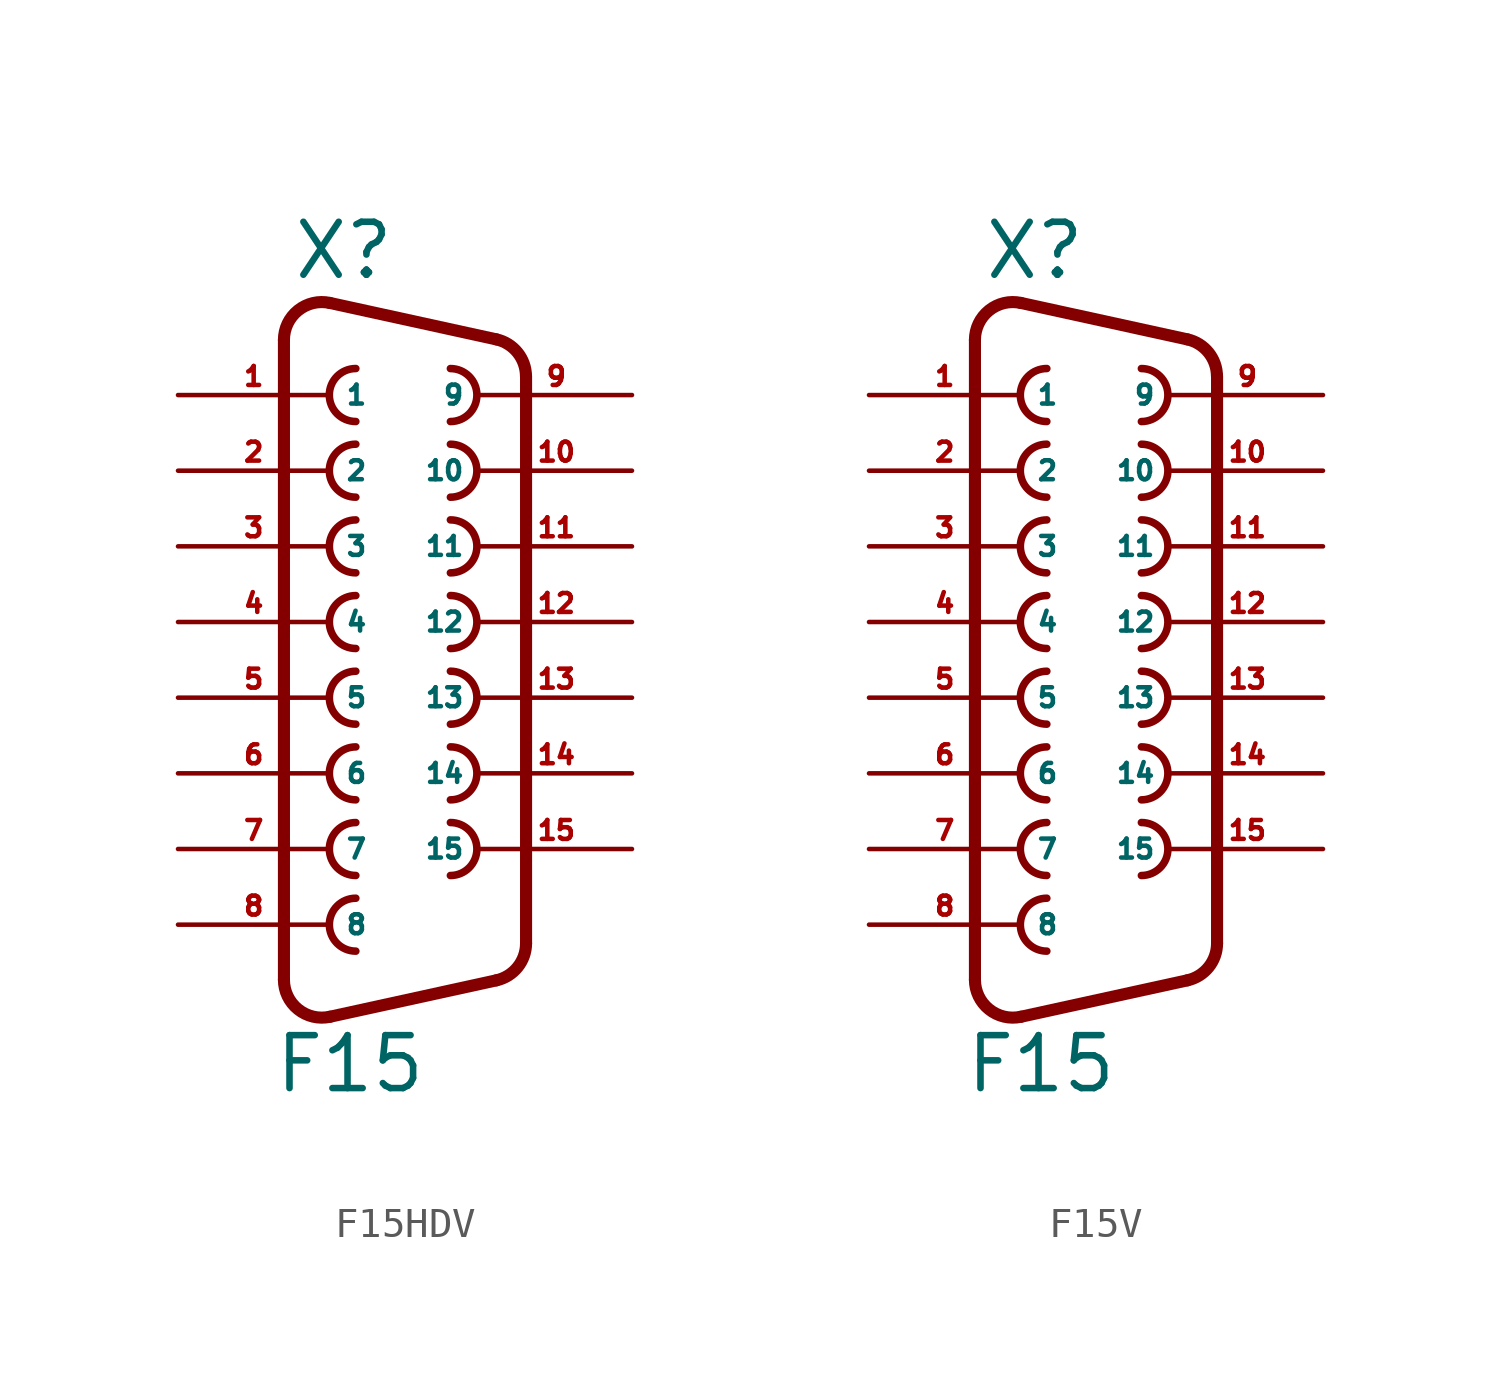
<source format=kicad_sym>
(kicad_symbol_lib
  (version 20220914)
  (generator Eagle2Kicad)
  (symbol "F15HDV"
    (property "Reference" "X"
      (at -3.81 11.43 0)
      (effects (font (size 1.778 1.778) (thickness 0.22)) (justify left bottom)))
    (property "Value" "F15"
      (at -4.445 -15.875 0)
      (effects (font (size 1.778 1.778) (thickness 0.22)) (justify left bottom)))
    (arc
      (start -1.651 8.509)
      (mid -2.540 7.620)
      (end -1.651 6.731)
      (stroke (width 0.254) (type default))
      (fill (type none)))
    (arc
      (start 1.524 6.731)
      (mid 2.413 7.620)
      (end 1.524 8.509)
      (stroke (width 0.254) (type default))
      (fill (type none)))
    (arc
      (start -1.651 5.969)
      (mid -2.540 5.080)
      (end -1.651 4.191)
      (stroke (width 0.254) (type default))
      (fill (type none)))
    (arc
      (start 1.524 4.191)
      (mid 2.413 5.080)
      (end 1.524 5.969)
      (stroke (width 0.254) (type default))
      (fill (type none)))
    (arc
      (start -1.651 3.429)
      (mid -2.540 2.540)
      (end -1.651 1.651)
      (stroke (width 0.254) (type default))
      (fill (type none)))
    (arc
      (start 1.524 1.651)
      (mid 2.413 2.540)
      (end 1.524 3.429)
      (stroke (width 0.254) (type default))
      (fill (type none)))
    (arc
      (start -1.651 0.889)
      (mid -2.540 0.000)
      (end -1.651 -0.889)
      (stroke (width 0.254) (type default))
      (fill (type none)))
    (arc
      (start 1.524 -0.889)
      (mid 2.413 0.000)
      (end 1.524 0.889)
      (stroke (width 0.254) (type default))
      (fill (type none)))
    (arc
      (start -1.651 -1.651)
      (mid -2.540 -2.540)
      (end -1.651 -3.429)
      (stroke (width 0.254) (type default))
      (fill (type none)))
    (arc
      (start 1.524 -3.429)
      (mid 2.413 -2.540)
      (end 1.524 -1.651)
      (stroke (width 0.254) (type default))
      (fill (type none)))
    (arc
      (start -1.651 -4.191)
      (mid -2.540 -5.080)
      (end -1.651 -5.969)
      (stroke (width 0.254) (type default))
      (fill (type none)))
    (arc
      (start 1.524 -5.969)
      (mid 2.413 -5.080)
      (end 1.524 -4.191)
      (stroke (width 0.254) (type default))
      (fill (type none)))
    (arc
      (start -1.651 -6.731)
      (mid -2.540 -7.620)
      (end -1.651 -8.509)
      (stroke (width 0.254) (type default))
      (fill (type none)))
    (arc
      (start 1.524 -8.509)
      (mid 2.413 -7.620)
      (end 1.524 -6.731)
      (stroke (width 0.254) (type default))
      (fill (type none)))
    (arc
      (start -1.651 -9.271)
      (mid -2.540 -10.160)
      (end -1.651 -11.049)
      (stroke (width 0.254) (type default))
      (fill (type none)))
    (arc
      (start -2.5226 10.712)
      (mid -3.590 10.461)
      (end -4.064 9.4712)
      (stroke (width 0.4064) (type default))
      (fill (type none)))
    (polyline
      (pts (xy -2.523 10.712) (xy 3.065 9.489))
      (stroke (width 0.406) (type default))
      (fill (type none)))
    (arc
      (start 4.0642 8.2488)
      (mid 3.783 9.045)
      (end 3.0654 9.4895)
      (stroke (width 0.4064) (type default))
      (fill (type none)))
    (polyline
      (pts (xy 4.064 -10.789) (xy 4.064 8.249))
      (stroke (width 0.406) (type default))
      (fill (type none)))
    (arc
      (start 3.0654 -12.0294)
      (mid 3.783 -11.585)
      (end 4.064 -10.7888)
      (stroke (width 0.4064) (type default))
      (fill (type none)))
    (polyline
      (pts (xy -4.064 -12.011) (xy -4.064 9.471))
      (stroke (width 0.406) (type default))
      (fill (type none)))
    (polyline
      (pts (xy -2.523 -13.252) (xy 3.065 -12.029))
      (stroke (width 0.406) (type default))
      (fill (type none)))
    (arc
      (start -4.064 -12.0112)
      (mid -3.590 -13.001)
      (end -2.5226 -13.2519)
      (stroke (width 0.4064) (type default))
      (fill (type none)))
    (pin passive line
      (at -7.62 7.62 0)
      (length 5.08)
      (name "1" (effects (font (size 0.635 0.635) (thickness 0.08)) (justify left bottom)))
      (number "1" (effects (font (size 0.635 0.635) (thickness 0.08)) (justify left bottom))))
    (pin passive line
      (at -7.62 5.08 0)
      (length 5.08)
      (name "2" (effects (font (size 0.635 0.635) (thickness 0.08)) (justify left bottom)))
      (number "2" (effects (font (size 0.635 0.635) (thickness 0.08)) (justify left bottom))))
    (pin passive line
      (at -7.62 2.54 0)
      (length 5.08)
      (name "3" (effects (font (size 0.635 0.635) (thickness 0.08)) (justify left bottom)))
      (number "3" (effects (font (size 0.635 0.635) (thickness 0.08)) (justify left bottom))))
    (pin passive line
      (at -7.62 0 0)
      (length 5.08)
      (name "4" (effects (font (size 0.635 0.635) (thickness 0.08)) (justify left bottom)))
      (number "4" (effects (font (size 0.635 0.635) (thickness 0.08)) (justify left bottom))))
    (pin passive line
      (at -7.62 -2.54 0)
      (length 5.08)
      (name "5" (effects (font (size 0.635 0.635) (thickness 0.08)) (justify left bottom)))
      (number "5" (effects (font (size 0.635 0.635) (thickness 0.08)) (justify left bottom))))
    (pin passive line
      (at -7.62 -5.08 0)
      (length 5.08)
      (name "6" (effects (font (size 0.635 0.635) (thickness 0.08)) (justify left bottom)))
      (number "6" (effects (font (size 0.635 0.635) (thickness 0.08)) (justify left bottom))))
    (pin passive line
      (at -7.62 -7.62 0)
      (length 5.08)
      (name "7" (effects (font (size 0.635 0.635) (thickness 0.08)) (justify left bottom)))
      (number "7" (effects (font (size 0.635 0.635) (thickness 0.08)) (justify left bottom))))
    (pin passive line
      (at -7.62 -10.16 0)
      (length 5.08)
      (name "8" (effects (font (size 0.635 0.635) (thickness 0.08)) (justify left bottom)))
      (number "8" (effects (font (size 0.635 0.635) (thickness 0.08)) (justify left bottom))))
    (pin passive line
      (at 7.62 7.62 180)
      (length 5.08)
      (name "9" (effects (font (size 0.635 0.635) (thickness 0.08)) (justify left bottom)))
      (number "9" (effects (font (size 0.635 0.635) (thickness 0.08)) (justify left bottom))))
    (pin passive line
      (at 7.62 5.08 180)
      (length 5.08)
      (name "10" (effects (font (size 0.635 0.635) (thickness 0.08)) (justify left bottom)))
      (number "10" (effects (font (size 0.635 0.635) (thickness 0.08)) (justify left bottom))))
    (pin passive line
      (at 7.62 2.54 180)
      (length 5.08)
      (name "11" (effects (font (size 0.635 0.635) (thickness 0.08)) (justify left bottom)))
      (number "11" (effects (font (size 0.635 0.635) (thickness 0.08)) (justify left bottom))))
    (pin passive line
      (at 7.62 0 180)
      (length 5.08)
      (name "12" (effects (font (size 0.635 0.635) (thickness 0.08)) (justify left bottom)))
      (number "12" (effects (font (size 0.635 0.635) (thickness 0.08)) (justify left bottom))))
    (pin passive line
      (at 7.62 -2.54 180)
      (length 5.08)
      (name "13" (effects (font (size 0.635 0.635) (thickness 0.08)) (justify left bottom)))
      (number "13" (effects (font (size 0.635 0.635) (thickness 0.08)) (justify left bottom))))
    (pin passive line
      (at 7.62 -5.08 180)
      (length 5.08)
      (name "14" (effects (font (size 0.635 0.635) (thickness 0.08)) (justify left bottom)))
      (number "14" (effects (font (size 0.635 0.635) (thickness 0.08)) (justify left bottom))))
    (pin passive line
      (at 7.62 -7.62 180)
      (length 5.08)
      (name "15" (effects (font (size 0.635 0.635) (thickness 0.08)) (justify left bottom)))
      (number "15" (effects (font (size 0.635 0.635) (thickness 0.08)) (justify left bottom)))))
  (symbol "F15V"
    (property "Reference" "X"
      (at -3.81 11.43 0)
      (effects (font (size 1.778 1.778) (thickness 0.22)) (justify left bottom)))
    (property "Value" "F15"
      (at -4.445 -15.875 0)
      (effects (font (size 1.778 1.778) (thickness 0.22)) (justify left bottom)))
    (arc
      (start -1.651 8.509)
      (mid -2.540 7.620)
      (end -1.651 6.731)
      (stroke (width 0.254) (type default))
      (fill (type none)))
    (arc
      (start 1.524 6.731)
      (mid 2.413 7.620)
      (end 1.524 8.509)
      (stroke (width 0.254) (type default))
      (fill (type none)))
    (arc
      (start -1.651 5.969)
      (mid -2.540 5.080)
      (end -1.651 4.191)
      (stroke (width 0.254) (type default))
      (fill (type none)))
    (arc
      (start 1.524 4.191)
      (mid 2.413 5.080)
      (end 1.524 5.969)
      (stroke (width 0.254) (type default))
      (fill (type none)))
    (arc
      (start -1.651 3.429)
      (mid -2.540 2.540)
      (end -1.651 1.651)
      (stroke (width 0.254) (type default))
      (fill (type none)))
    (arc
      (start 1.524 1.651)
      (mid 2.413 2.540)
      (end 1.524 3.429)
      (stroke (width 0.254) (type default))
      (fill (type none)))
    (arc
      (start -1.651 0.889)
      (mid -2.540 0.000)
      (end -1.651 -0.889)
      (stroke (width 0.254) (type default))
      (fill (type none)))
    (arc
      (start 1.524 -0.889)
      (mid 2.413 0.000)
      (end 1.524 0.889)
      (stroke (width 0.254) (type default))
      (fill (type none)))
    (arc
      (start -1.651 -1.651)
      (mid -2.540 -2.540)
      (end -1.651 -3.429)
      (stroke (width 0.254) (type default))
      (fill (type none)))
    (arc
      (start 1.524 -3.429)
      (mid 2.413 -2.540)
      (end 1.524 -1.651)
      (stroke (width 0.254) (type default))
      (fill (type none)))
    (arc
      (start -1.651 -4.191)
      (mid -2.540 -5.080)
      (end -1.651 -5.969)
      (stroke (width 0.254) (type default))
      (fill (type none)))
    (arc
      (start 1.524 -5.969)
      (mid 2.413 -5.080)
      (end 1.524 -4.191)
      (stroke (width 0.254) (type default))
      (fill (type none)))
    (arc
      (start -1.651 -6.731)
      (mid -2.540 -7.620)
      (end -1.651 -8.509)
      (stroke (width 0.254) (type default))
      (fill (type none)))
    (arc
      (start 1.524 -8.509)
      (mid 2.413 -7.620)
      (end 1.524 -6.731)
      (stroke (width 0.254) (type default))
      (fill (type none)))
    (arc
      (start -1.651 -9.271)
      (mid -2.540 -10.160)
      (end -1.651 -11.049)
      (stroke (width 0.254) (type default))
      (fill (type none)))
    (arc
      (start -2.5226 10.712)
      (mid -3.590 10.461)
      (end -4.064 9.4712)
      (stroke (width 0.4064) (type default))
      (fill (type none)))
    (polyline
      (pts (xy -2.523 10.712) (xy 3.065 9.489))
      (stroke (width 0.406) (type default))
      (fill (type none)))
    (arc
      (start 4.0642 8.2488)
      (mid 3.783 9.045)
      (end 3.0654 9.4895)
      (stroke (width 0.4064) (type default))
      (fill (type none)))
    (polyline
      (pts (xy 4.064 -10.789) (xy 4.064 8.249))
      (stroke (width 0.406) (type default))
      (fill (type none)))
    (arc
      (start 3.0654 -12.0294)
      (mid 3.783 -11.585)
      (end 4.064 -10.7888)
      (stroke (width 0.4064) (type default))
      (fill (type none)))
    (polyline
      (pts (xy -4.064 -12.011) (xy -4.064 9.471))
      (stroke (width 0.406) (type default))
      (fill (type none)))
    (polyline
      (pts (xy -2.523 -13.252) (xy 3.065 -12.029))
      (stroke (width 0.406) (type default))
      (fill (type none)))
    (arc
      (start -4.064 -12.0112)
      (mid -3.590 -13.001)
      (end -2.5226 -13.2519)
      (stroke (width 0.4064) (type default))
      (fill (type none)))
    (pin passive line
      (at -7.62 7.62 0)
      (length 5.08)
      (name "1" (effects (font (size 0.635 0.635) (thickness 0.08)) (justify left bottom)))
      (number "1" (effects (font (size 0.635 0.635) (thickness 0.08)) (justify left bottom))))
    (pin passive line
      (at -7.62 5.08 0)
      (length 5.08)
      (name "2" (effects (font (size 0.635 0.635) (thickness 0.08)) (justify left bottom)))
      (number "2" (effects (font (size 0.635 0.635) (thickness 0.08)) (justify left bottom))))
    (pin passive line
      (at -7.62 2.54 0)
      (length 5.08)
      (name "3" (effects (font (size 0.635 0.635) (thickness 0.08)) (justify left bottom)))
      (number "3" (effects (font (size 0.635 0.635) (thickness 0.08)) (justify left bottom))))
    (pin passive line
      (at -7.62 0 0)
      (length 5.08)
      (name "4" (effects (font (size 0.635 0.635) (thickness 0.08)) (justify left bottom)))
      (number "4" (effects (font (size 0.635 0.635) (thickness 0.08)) (justify left bottom))))
    (pin passive line
      (at -7.62 -2.54 0)
      (length 5.08)
      (name "5" (effects (font (size 0.635 0.635) (thickness 0.08)) (justify left bottom)))
      (number "5" (effects (font (size 0.635 0.635) (thickness 0.08)) (justify left bottom))))
    (pin passive line
      (at -7.62 -5.08 0)
      (length 5.08)
      (name "6" (effects (font (size 0.635 0.635) (thickness 0.08)) (justify left bottom)))
      (number "6" (effects (font (size 0.635 0.635) (thickness 0.08)) (justify left bottom))))
    (pin passive line
      (at -7.62 -7.62 0)
      (length 5.08)
      (name "7" (effects (font (size 0.635 0.635) (thickness 0.08)) (justify left bottom)))
      (number "7" (effects (font (size 0.635 0.635) (thickness 0.08)) (justify left bottom))))
    (pin passive line
      (at -7.62 -10.16 0)
      (length 5.08)
      (name "8" (effects (font (size 0.635 0.635) (thickness 0.08)) (justify left bottom)))
      (number "8" (effects (font (size 0.635 0.635) (thickness 0.08)) (justify left bottom))))
    (pin passive line
      (at 7.62 7.62 180)
      (length 5.08)
      (name "9" (effects (font (size 0.635 0.635) (thickness 0.08)) (justify left bottom)))
      (number "9" (effects (font (size 0.635 0.635) (thickness 0.08)) (justify left bottom))))
    (pin passive line
      (at 7.62 5.08 180)
      (length 5.08)
      (name "10" (effects (font (size 0.635 0.635) (thickness 0.08)) (justify left bottom)))
      (number "10" (effects (font (size 0.635 0.635) (thickness 0.08)) (justify left bottom))))
    (pin passive line
      (at 7.62 2.54 180)
      (length 5.08)
      (name "11" (effects (font (size 0.635 0.635) (thickness 0.08)) (justify left bottom)))
      (number "11" (effects (font (size 0.635 0.635) (thickness 0.08)) (justify left bottom))))
    (pin passive line
      (at 7.62 0 180)
      (length 5.08)
      (name "12" (effects (font (size 0.635 0.635) (thickness 0.08)) (justify left bottom)))
      (number "12" (effects (font (size 0.635 0.635) (thickness 0.08)) (justify left bottom))))
    (pin passive line
      (at 7.62 -2.54 180)
      (length 5.08)
      (name "13" (effects (font (size 0.635 0.635) (thickness 0.08)) (justify left bottom)))
      (number "13" (effects (font (size 0.635 0.635) (thickness 0.08)) (justify left bottom))))
    (pin passive line
      (at 7.62 -5.08 180)
      (length 5.08)
      (name "14" (effects (font (size 0.635 0.635) (thickness 0.08)) (justify left bottom)))
      (number "14" (effects (font (size 0.635 0.635) (thickness 0.08)) (justify left bottom))))
    (pin passive line
      (at 7.62 -7.62 180)
      (length 5.08)
      (name "15" (effects (font (size 0.635 0.635) (thickness 0.08)) (justify left bottom)))
      (number "15" (effects (font (size 0.635 0.635) (thickness 0.08)) (justify left bottom))))))
</source>
